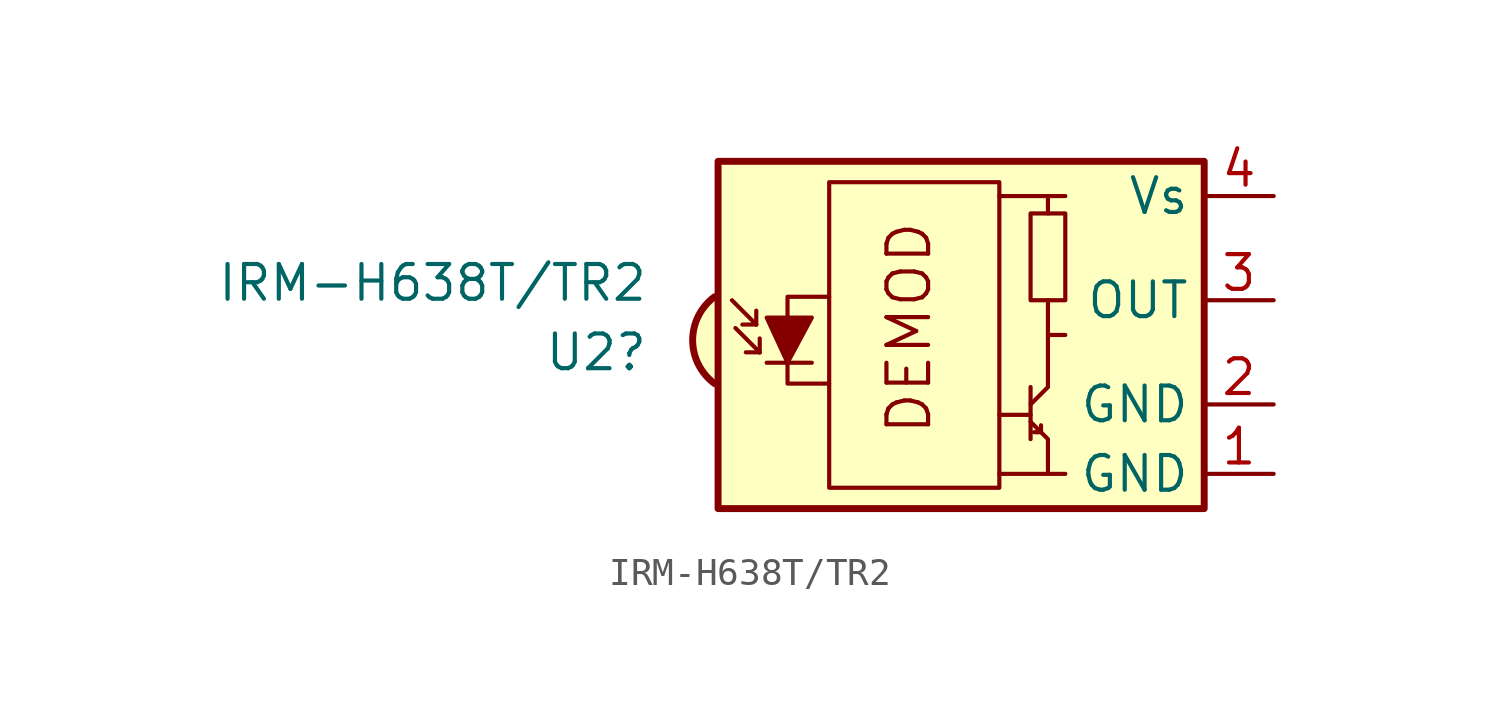
<source format=kicad_sym>
(kicad_symbol_lib
  (version 20220914)
  (generator kicad_symbol_editor)
  (symbol "IRM-H638T/TR2"
    (property "Reference" "U2"
      (at -12.7 -0.635 0)
      (effects (font (size 1.27 1.27)) (justify right)))
    (property "Value" "IRM-H638T/TR2 "
      (at -12.7 1.905 0)
      (effects (font (size 1.27 1.27)) (justify right)))
    (symbol "IRM-H638T/TR2_0_0"
      (arc (start -10.287 1.397) (mid -11.0899 -0.1852) (end -10.287 -1.778) (stroke (width 0.254) (type default)) (fill (type background)))
      (polyline (pts (xy 1.905 -5.08) (xy 0.127 -5.08)) (stroke (width 0) (type default)) (fill (type none)))
      (polyline (pts (xy 1.905 5.08) (xy 0.127 5.08)) (stroke (width 0) (type default)) (fill (type none)))
      (text "DEMOD" (at -3.175 0.254 900) (effects (font (size 1.524 1.524)))))
    (symbol "IRM-H638T/TR2_0_1"
      (rectangle (start -10.16 6.35) (end 7.62 -6.35) (stroke (width 0.254) (type default)) (fill (type background)))
      (rectangle (start -6.096 5.588) (end 0.127 -5.588) (stroke (width 0) (type default)) (fill (type none)))
      (polyline (pts (xy -8.763 0.381) (xy -9.652 1.27)) (stroke (width 0) (type default)) (fill (type none)))
      (polyline (pts (xy -8.763 0.381) (xy -9.271 0.381)) (stroke (width 0) (type default)) (fill (type none)))
      (polyline (pts (xy -8.763 0.381) (xy -8.763 0.889)) (stroke (width 0) (type default)) (fill (type none)))
      (polyline (pts (xy -8.636 -0.635) (xy -9.525 0.254)) (stroke (width 0) (type default)) (fill (type none)))
      (polyline (pts (xy -8.636 -0.635) (xy -9.144 -0.635)) (stroke (width 0) (type default)) (fill (type none)))
      (polyline (pts (xy -8.636 -0.635) (xy -8.636 -0.127)) (stroke (width 0) (type default)) (fill (type none)))
      (polyline (pts (xy -8.382 -1.016) (xy -6.731 -1.016)) (stroke (width 0) (type default)) (fill (type none)))
      (polyline (pts (xy 1.27 -2.921) (xy 0.127 -2.921)) (stroke (width 0) (type default)) (fill (type none)))
      (polyline (pts (xy 1.27 -1.905) (xy 1.27 -3.81)) (stroke (width 0) (type default)) (fill (type none)))
      (polyline (pts (xy 1.397 -3.556) (xy 1.524 -3.556)) (stroke (width 0) (type default)) (fill (type none)))
      (polyline (pts (xy 1.651 -3.556) (xy 1.524 -3.556)) (stroke (width 0) (type default)) (fill (type none)))
      (polyline (pts (xy 1.651 -3.556) (xy 1.651 -3.302)) (stroke (width 0) (type default)) (fill (type none)))
      (polyline (pts (xy 1.905 0) (xy 1.905 1.27)) (stroke (width 0) (type default)) (fill (type none)))
      (polyline (pts (xy 1.905 4.445) (xy 1.905 5.08) (xy 2.54 5.08)) (stroke (width 0) (type default)) (fill (type none)))
      (polyline (pts (xy -8.382 0.635) (xy -6.731 0.635) (xy -7.62 -1.016) (xy -8.382 0.635)) (stroke (width 0) (type default)) (fill (type outline)))
      (polyline (pts (xy -6.096 1.397) (xy -7.62 1.397) (xy -7.62 -1.778) (xy -6.096 -1.778)) (stroke (width 0) (type default)) (fill (type none)))
      (polyline (pts (xy 1.27 -3.175) (xy 1.905 -3.81) (xy 1.905 -5.08) (xy 2.54 -5.08)) (stroke (width 0) (type default)) (fill (type none)))
      (polyline (pts (xy 1.27 -2.54) (xy 1.905 -1.905) (xy 1.905 0) (xy 2.54 0)) (stroke (width 0) (type default)) (fill (type none)))
      (rectangle (start 2.54 1.27) (end 1.27 4.445) (stroke (width 0) (type default)) (fill (type none))))
    (symbol "IRM-H638T/TR2_1_1"
      (pin power_in line (at 10.16 -5.08 180) (length 2.54) (name "GND" (effects (font (size 1.27 1.27)))) (number "1" (effects (font (size 1.27 1.27)))))
      (pin power_in line (at 10.16 -2.54 180) (length 2.54) (name "GND" (effects (font (size 1.27 1.27)))) (number "2" (effects (font (size 1.27 1.27)))))
      (pin output line (at 10.16 1.27 180) (length 2.54) (name "OUT" (effects (font (size 1.27 1.27)))) (number "3" (effects (font (size 1.27 1.27)))))
      (pin power_in line (at 10.16 5.08 180) (length 2.54) (name "Vs" (effects (font (size 1.27 1.27)))) (number "4" (effects (font (size 1.27 1.27))))))))
</source>
